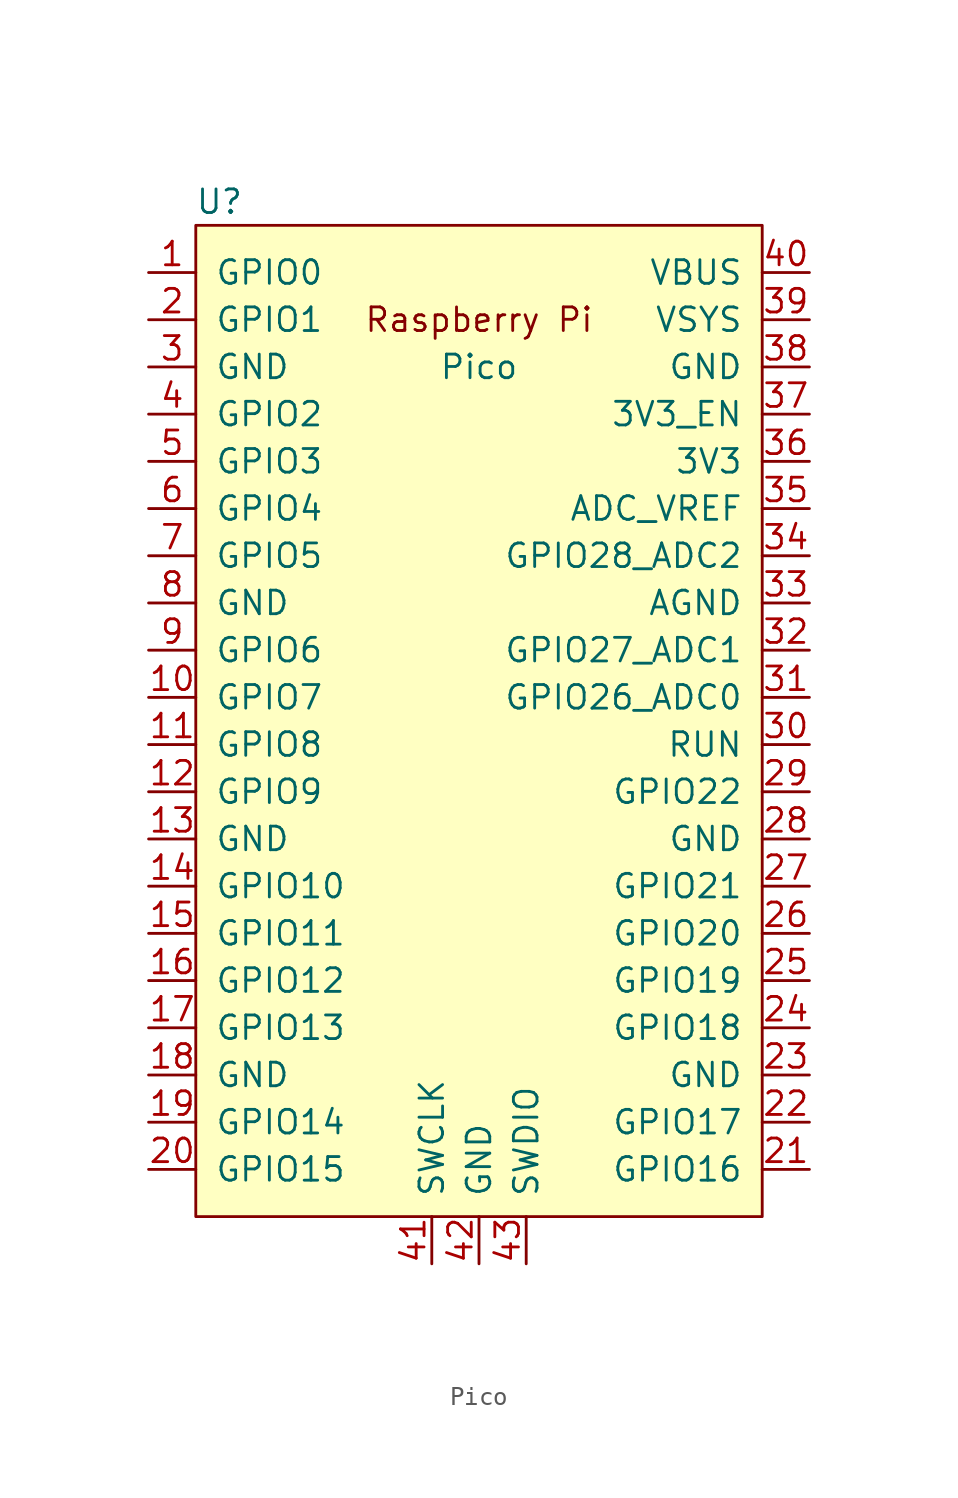
<source format=kicad_sym>
(kicad_symbol_lib
  (version 20220914)
  (generator kicad_symbol_editor)
  (symbol "Pico"
    (pin_names
      (offset 1.016))
    (property "Reference" "U"
      (at -13.97 27.94 0)
      (effects (font (size 1.27 1.27))))
    (property "Value" "Pico"
      (at 0 19.05 0)
      (effects (font (size 1.27 1.27))))
    (symbol "Pico_0_0"
      (text "Raspberry Pi" (at 0 21.59 0) (effects (font (size 1.27 1.27)))))
    (symbol "Pico_0_1"
      (rectangle (start -15.24 26.67) (end 15.24 -26.67) (stroke (width 0) (type solid)) (fill (type background))))
    (symbol "Pico_1_1"
      (pin bidirectional line (at -17.78 24.13 0) (length 2.54) (name "GPIO0" (effects (font (size 1.27 1.27)))) (number "1" (effects (font (size 1.27 1.27)))))
      (pin bidirectional line (at -17.78 1.27 0) (length 2.54) (name "GPIO7" (effects (font (size 1.27 1.27)))) (number "10" (effects (font (size 1.27 1.27)))))
      (pin bidirectional line (at -17.78 -1.27 0) (length 2.54) (name "GPIO8" (effects (font (size 1.27 1.27)))) (number "11" (effects (font (size 1.27 1.27)))))
      (pin bidirectional line (at -17.78 -3.81 0) (length 2.54) (name "GPIO9" (effects (font (size 1.27 1.27)))) (number "12" (effects (font (size 1.27 1.27)))))
      (pin power_in line (at -17.78 -6.35 0) (length 2.54) (name "GND" (effects (font (size 1.27 1.27)))) (number "13" (effects (font (size 1.27 1.27)))))
      (pin bidirectional line (at -17.78 -8.89 0) (length 2.54) (name "GPIO10" (effects (font (size 1.27 1.27)))) (number "14" (effects (font (size 1.27 1.27)))))
      (pin bidirectional line (at -17.78 -11.43 0) (length 2.54) (name "GPIO11" (effects (font (size 1.27 1.27)))) (number "15" (effects (font (size 1.27 1.27)))))
      (pin bidirectional line (at -17.78 -13.97 0) (length 2.54) (name "GPIO12" (effects (font (size 1.27 1.27)))) (number "16" (effects (font (size 1.27 1.27)))))
      (pin bidirectional line (at -17.78 -16.51 0) (length 2.54) (name "GPIO13" (effects (font (size 1.27 1.27)))) (number "17" (effects (font (size 1.27 1.27)))))
      (pin power_in line (at -17.78 -19.05 0) (length 2.54) (name "GND" (effects (font (size 1.27 1.27)))) (number "18" (effects (font (size 1.27 1.27)))))
      (pin bidirectional line (at -17.78 -21.59 0) (length 2.54) (name "GPIO14" (effects (font (size 1.27 1.27)))) (number "19" (effects (font (size 1.27 1.27)))))
      (pin bidirectional line (at -17.78 21.59 0) (length 2.54) (name "GPIO1" (effects (font (size 1.27 1.27)))) (number "2" (effects (font (size 1.27 1.27)))))
      (pin bidirectional line (at -17.78 -24.13 0) (length 2.54) (name "GPIO15" (effects (font (size 1.27 1.27)))) (number "20" (effects (font (size 1.27 1.27)))))
      (pin bidirectional line (at 17.78 -24.13 180) (length 2.54) (name "GPIO16" (effects (font (size 1.27 1.27)))) (number "21" (effects (font (size 1.27 1.27)))))
      (pin bidirectional line (at 17.78 -21.59 180) (length 2.54) (name "GPIO17" (effects (font (size 1.27 1.27)))) (number "22" (effects (font (size 1.27 1.27)))))
      (pin power_in line (at 17.78 -19.05 180) (length 2.54) (name "GND" (effects (font (size 1.27 1.27)))) (number "23" (effects (font (size 1.27 1.27)))))
      (pin bidirectional line (at 17.78 -16.51 180) (length 2.54) (name "GPIO18" (effects (font (size 1.27 1.27)))) (number "24" (effects (font (size 1.27 1.27)))))
      (pin bidirectional line (at 17.78 -13.97 180) (length 2.54) (name "GPIO19" (effects (font (size 1.27 1.27)))) (number "25" (effects (font (size 1.27 1.27)))))
      (pin bidirectional line (at 17.78 -11.43 180) (length 2.54) (name "GPIO20" (effects (font (size 1.27 1.27)))) (number "26" (effects (font (size 1.27 1.27)))))
      (pin bidirectional line (at 17.78 -8.89 180) (length 2.54) (name "GPIO21" (effects (font (size 1.27 1.27)))) (number "27" (effects (font (size 1.27 1.27)))))
      (pin power_in line (at 17.78 -6.35 180) (length 2.54) (name "GND" (effects (font (size 1.27 1.27)))) (number "28" (effects (font (size 1.27 1.27)))))
      (pin bidirectional line (at 17.78 -3.81 180) (length 2.54) (name "GPIO22" (effects (font (size 1.27 1.27)))) (number "29" (effects (font (size 1.27 1.27)))))
      (pin power_in line (at -17.78 19.05 0) (length 2.54) (name "GND" (effects (font (size 1.27 1.27)))) (number "3" (effects (font (size 1.27 1.27)))))
      (pin input line (at 17.78 -1.27 180) (length 2.54) (name "RUN" (effects (font (size 1.27 1.27)))) (number "30" (effects (font (size 1.27 1.27)))))
      (pin bidirectional line (at 17.78 1.27 180) (length 2.54) (name "GPIO26_ADC0" (effects (font (size 1.27 1.27)))) (number "31" (effects (font (size 1.27 1.27)))))
      (pin bidirectional line (at 17.78 3.81 180) (length 2.54) (name "GPIO27_ADC1" (effects (font (size 1.27 1.27)))) (number "32" (effects (font (size 1.27 1.27)))))
      (pin power_in line (at 17.78 6.35 180) (length 2.54) (name "AGND" (effects (font (size 1.27 1.27)))) (number "33" (effects (font (size 1.27 1.27)))))
      (pin bidirectional line (at 17.78 8.89 180) (length 2.54) (name "GPIO28_ADC2" (effects (font (size 1.27 1.27)))) (number "34" (effects (font (size 1.27 1.27)))))
      (pin unspecified line (at 17.78 11.43 180) (length 2.54) (name "ADC_VREF" (effects (font (size 1.27 1.27)))) (number "35" (effects (font (size 1.27 1.27)))))
      (pin unspecified line (at 17.78 13.97 180) (length 2.54) (name "3V3" (effects (font (size 1.27 1.27)))) (number "36" (effects (font (size 1.27 1.27)))))
      (pin input line (at 17.78 16.51 180) (length 2.54) (name "3V3_EN" (effects (font (size 1.27 1.27)))) (number "37" (effects (font (size 1.27 1.27)))))
      (pin bidirectional line (at 17.78 19.05 180) (length 2.54) (name "GND" (effects (font (size 1.27 1.27)))) (number "38" (effects (font (size 1.27 1.27)))))
      (pin unspecified line (at 17.78 21.59 180) (length 2.54) (name "VSYS" (effects (font (size 1.27 1.27)))) (number "39" (effects (font (size 1.27 1.27)))))
      (pin bidirectional line (at -17.78 16.51 0) (length 2.54) (name "GPIO2" (effects (font (size 1.27 1.27)))) (number "4" (effects (font (size 1.27 1.27)))))
      (pin unspecified line (at 17.78 24.13 180) (length 2.54) (name "VBUS" (effects (font (size 1.27 1.27)))) (number "40" (effects (font (size 1.27 1.27)))))
      (pin input line (at -2.54 -29.21 90) (length 2.54) (name "SWCLK" (effects (font (size 1.27 1.27)))) (number "41" (effects (font (size 1.27 1.27)))))
      (pin power_in line (at 0 -29.21 90) (length 2.54) (name "GND" (effects (font (size 1.27 1.27)))) (number "42" (effects (font (size 1.27 1.27)))))
      (pin bidirectional line (at 2.54 -29.21 90) (length 2.54) (name "SWDIO" (effects (font (size 1.27 1.27)))) (number "43" (effects (font (size 1.27 1.27)))))
      (pin bidirectional line (at -17.78 13.97 0) (length 2.54) (name "GPIO3" (effects (font (size 1.27 1.27)))) (number "5" (effects (font (size 1.27 1.27)))))
      (pin bidirectional line (at -17.78 11.43 0) (length 2.54) (name "GPIO4" (effects (font (size 1.27 1.27)))) (number "6" (effects (font (size 1.27 1.27)))))
      (pin bidirectional line (at -17.78 8.89 0) (length 2.54) (name "GPIO5" (effects (font (size 1.27 1.27)))) (number "7" (effects (font (size 1.27 1.27)))))
      (pin power_in line (at -17.78 6.35 0) (length 2.54) (name "GND" (effects (font (size 1.27 1.27)))) (number "8" (effects (font (size 1.27 1.27)))))
      (pin bidirectional line (at -17.78 3.81 0) (length 2.54) (name "GPIO6" (effects (font (size 1.27 1.27)))) (number "9" (effects (font (size 1.27 1.27))))))))
</source>
